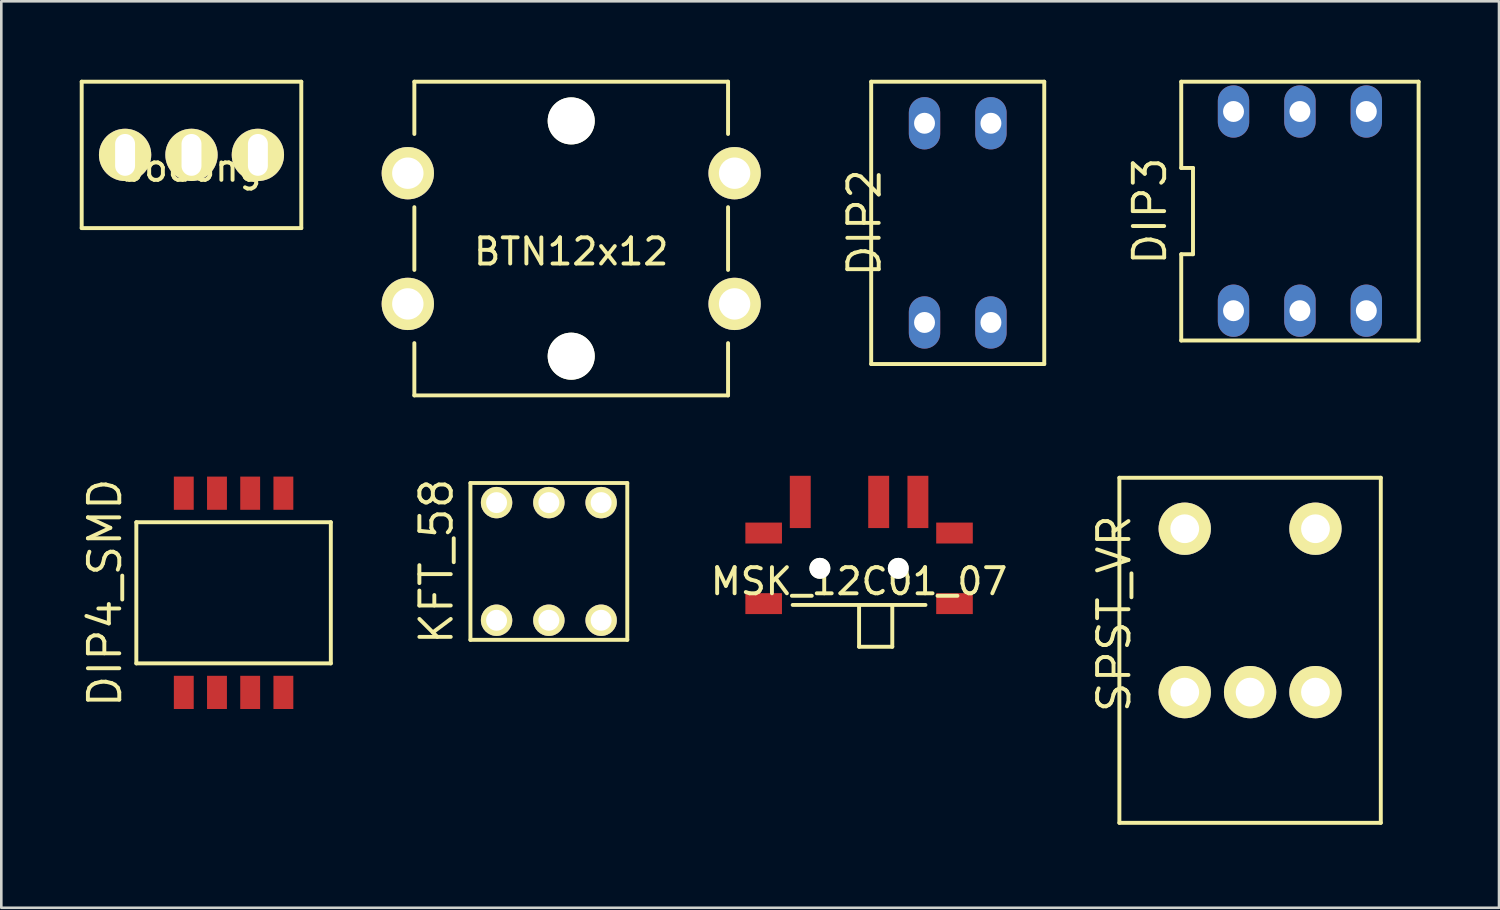
<source format=kicad_pcb>
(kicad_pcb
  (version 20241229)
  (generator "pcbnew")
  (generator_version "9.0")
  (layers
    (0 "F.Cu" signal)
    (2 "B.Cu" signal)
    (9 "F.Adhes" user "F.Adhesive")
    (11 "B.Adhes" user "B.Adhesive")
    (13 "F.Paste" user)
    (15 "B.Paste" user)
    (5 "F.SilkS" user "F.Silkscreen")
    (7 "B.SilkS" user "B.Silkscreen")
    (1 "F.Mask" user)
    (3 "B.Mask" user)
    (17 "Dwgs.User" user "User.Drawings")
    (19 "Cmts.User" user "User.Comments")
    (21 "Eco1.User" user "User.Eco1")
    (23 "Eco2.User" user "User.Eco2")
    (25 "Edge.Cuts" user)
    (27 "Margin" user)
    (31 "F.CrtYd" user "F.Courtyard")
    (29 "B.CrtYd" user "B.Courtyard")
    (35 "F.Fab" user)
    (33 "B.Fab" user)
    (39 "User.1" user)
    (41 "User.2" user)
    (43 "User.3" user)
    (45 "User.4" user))
  (footprint "DIP4_SMD"
    (layer "F.Cu")
    (at 5.885 19.626)
    (property "Reference" "DIP4_SMD" (at -4.92 0 90) (layer "F.SilkS") (effects (font (size 1.2 1.2) (thickness 0.15))))
    (attr through_hole)
    (fp_line (start -3.72 -2.7) (end -3.72 2.7) (stroke (width 0.15) (type solid)) (layer "F.SilkS"))
    (fp_line (start -3.72 2.7) (end 3.72 2.7) (stroke (width 0.15) (type solid)) (layer "F.SilkS"))
    (fp_line (start 3.72 -2.7) (end -3.72 -2.7) (stroke (width 0.15) (type solid)) (layer "F.SilkS"))
    (fp_line (start 3.72 2.7) (end 3.72 -2.7) (stroke (width 0.15) (type solid)) (layer "F.SilkS"))
    (pad "1" smd rect (at -1.905 3.81) (size 0.76 1.27) (layers "F.Cu" "F.Mask" "F.Paste"))
    (pad "2" smd rect (at -0.635 3.81) (size 0.76 1.27) (layers "F.Cu" "F.Mask" "F.Paste"))
    (pad "3" smd rect (at 0.635 3.81) (size 0.76 1.27) (layers "F.Cu" "F.Mask" "F.Paste"))
    (pad "4" smd rect (at 1.905 3.81) (size 0.76 1.27) (layers "F.Cu" "F.Mask" "F.Paste"))
    (pad "5" smd rect (at 1.905 -3.81) (size 0.76 1.27) (layers "F.Cu" "F.Mask" "F.Paste"))
    (pad "6" smd rect (at 0.635 -3.81) (size 0.76 1.27) (layers "F.Cu" "F.Mask" "F.Paste"))
    (pad "7" smd rect (at -0.635 -3.81) (size 0.76 1.27) (layers "F.Cu" "F.Mask" "F.Paste"))
    (pad "8" smd rect (at -1.905 -3.81) (size 0.76 1.27) (layers "F.Cu" "F.Mask" "F.Paste")))
  (footprint "DIP3"
    (layer "F.Cu")
    (at 46.675 5.025)
    (property "Reference" "DIP3" (at -5.74 0 90) (layer "F.SilkS") (effects (font (size 1.2 1.2) (thickness 0.15))))
    (attr through_hole)
    (fp_line (start -4.54 -4.95) (end -4.54 -1.65) (stroke (width 0.15) (type solid)) (layer "F.SilkS"))
    (fp_line (start -4.54 -1.65) (end -4.09 -1.65) (stroke (width 0.15) (type solid)) (layer "F.SilkS"))
    (fp_line (start -4.54 1.65) (end -4.54 4.95) (stroke (width 0.15) (type solid)) (layer "F.SilkS"))
    (fp_line (start -4.54 4.95) (end 4.54 4.95) (stroke (width 0.15) (type solid)) (layer "F.SilkS"))
    (fp_line (start -4.09 -1.65) (end -4.09 1.65) (stroke (width 0.15) (type solid)) (layer "F.SilkS"))
    (fp_line (start -4.09 1.65) (end -4.54 1.65) (stroke (width 0.15) (type solid)) (layer "F.SilkS"))
    (fp_line (start 4.54 -4.95) (end -4.54 -4.95) (stroke (width 0.15) (type solid)) (layer "F.SilkS"))
    (fp_line (start 4.54 4.95) (end 4.54 -4.95) (stroke (width 0.15) (type solid)) (layer "F.SilkS"))
    (pad "1" thru_hole oval (at -2.54 3.81) (size 1.2 2) (drill 0.8) (layers "*.Cu" "*.Mask"))
    (pad "2" thru_hole oval (at 0 3.81) (size 1.2 2) (drill 0.8) (layers "*.Cu" "*.Mask"))
    (pad "3" thru_hole oval (at 2.54 3.81) (size 1.2 2) (drill 0.8) (layers "*.Cu" "*.Mask"))
    (pad "4" thru_hole oval (at 2.54 -3.81) (size 1.2 2) (drill 0.8) (layers "*.Cu" "*.Mask"))
    (pad "5" thru_hole oval (at 0 -3.81) (size 1.2 2) (drill 0.8) (layers "*.Cu" "*.Mask"))
    (pad "6" thru_hole oval (at -2.54 -3.81) (size 1.2 2) (drill 0.8) (layers "*.Cu" "*.Mask")))
  (footprint "KFT_58"
    (layer "F.Cu")
    (at 17.945 18.426)
    (property "Reference" "KFT_58" (at -4.3 0 90) (layer "F.SilkS") (effects (font (size 1.2 1.2) (thickness 0.15))))
    (attr through_hole)
    (fp_line (start -3 -3) (end -3 3) (stroke (width 0.15) (type solid)) (layer "F.SilkS"))
    (fp_line (start -3 3) (end 3 3) (stroke (width 0.15) (type solid)) (layer "F.SilkS"))
    (fp_line (start 3 -3) (end -3 -3) (stroke (width 0.15) (type solid)) (layer "F.SilkS"))
    (fp_line (start 3 3) (end 3 -3) (stroke (width 0.15) (type solid)) (layer "F.SilkS"))
    (pad "1" thru_hole oval (at -2 2.25) (size 1.2 1.2) (drill 0.8) (layers "*.Cu" "*.Mask" "F.SilkS"))
    (pad "2" thru_hole oval (at 0 2.25) (size 1.2 1.2) (drill 0.8) (layers "*.Cu" "*.Mask" "F.SilkS"))
    (pad "3" thru_hole oval (at 2 2.25) (size 1.2 1.2) (drill 0.8) (layers "*.Cu" "*.Mask" "F.SilkS"))
    (pad "4" thru_hole oval (at 2 -2.25) (size 1.2 1.2) (drill 0.8) (layers "*.Cu" "*.Mask" "F.SilkS"))
    (pad "5" thru_hole oval (at 0 -2.25) (size 1.2 1.2) (drill 0.8) (layers "*.Cu" "*.Mask" "F.SilkS"))
    (pad "6" thru_hole oval (at -2 -2.25) (size 1.2 1.2) (drill 0.8) (layers "*.Cu" "*.Mask" "F.SilkS")))
  (footprint "bodong"
    (layer "F.Cu")
    (at 4.275 2.875)
    (property "Reference" "bodong" (at 0 0.5 0) (layer "F.SilkS") (effects (font (size 1 1) (thickness 0.15))))
    (attr through_hole)
    (fp_line (start -4.2 -2.8) (end 4.2 -2.8) (stroke (width 0.15) (type solid)) (layer "F.SilkS"))
    (fp_line (start -4.2 2.8) (end -4.2 -2.8) (stroke (width 0.15) (type solid)) (layer "F.SilkS"))
    (fp_line (start 4.2 -2.8) (end 4.2 2.8) (stroke (width 0.15) (type solid)) (layer "F.SilkS"))
    (fp_line (start 4.2 2.8) (end -4.2 2.8) (stroke (width 0.15) (type solid)) (layer "F.SilkS"))
    (pad "1" thru_hole circle (at -2.54 0) (size 2 2) (drill oval 0.762 1.6) (layers "*.Cu" "*.Mask" "F.SilkS"))
    (pad "2" thru_hole circle (at 0 0) (size 2 2) (drill oval 0.762 1.6) (layers "*.Cu" "*.Mask" "F.SilkS"))
    (pad "3" thru_hole circle (at 2.54 0) (size 2 2) (drill oval 0.762 1.6) (layers "*.Cu" "*.Mask" "F.SilkS")))
  (footprint "BTN12x12"
    (layer "F.Cu")
    (at 18.8 6.075)
    (property "Reference" "BTN12x12" (at 0 0.5 0) (layer "F.SilkS") (effects (font (size 1 1) (thickness 0.15))))
    (attr through_hole)
    (fp_line (start -6 -6) (end -6 -4) (stroke (width 0.15) (type solid)) (layer "F.SilkS"))
    (fp_line (start -6 -6) (end 6 -6) (stroke (width 0.15) (type solid)) (layer "F.SilkS"))
    (fp_line (start -6 1.2) (end -6 -1.2) (stroke (width 0.15) (type solid)) (layer "F.SilkS"))
    (fp_line (start -6 6) (end -6 4) (stroke (width 0.15) (type solid)) (layer "F.SilkS"))
    (fp_line (start 6 -6) (end 6 -4) (stroke (width 0.15) (type solid)) (layer "F.SilkS"))
    (fp_line (start 6 -1.2) (end 6 1.2) (stroke (width 0.15) (type solid)) (layer "F.SilkS"))
    (fp_line (start 6 6) (end -6 6) (stroke (width 0.15) (type solid)) (layer "F.SilkS"))
    (fp_line (start 6 6) (end 6 4) (stroke (width 0.15) (type solid)) (layer "F.SilkS"))
    (pad "" np_thru_hole circle (at 0 -4.5) (size 1.8 1.8) (drill 1.8) (layers "*.Cu" "*.Mask" "F.SilkS"))
    (pad "" np_thru_hole circle (at 0 4.5) (size 1.8 1.8) (drill 1.8) (layers "*.Cu" "*.Mask" "F.SilkS"))
    (pad "1" thru_hole circle (at -6.25 2.5) (size 2 2) (drill 1.2) (layers "*.Cu" "*.Mask" "F.SilkS"))
    (pad "2" thru_hole circle (at 6.25 2.5) (size 2 2) (drill 1.2) (layers "*.Cu" "*.Mask" "F.SilkS"))
    (pad "3" thru_hole circle (at 6.25 -2.5) (size 2 2) (drill 1.2) (layers "*.Cu" "*.Mask" "F.SilkS"))
    (pad "4" thru_hole circle (at -6.25 -2.5) (size 2 2) (drill 1.2) (layers "*.Cu" "*.Mask" "F.SilkS")))
  (footprint "DIP2"
    (layer "F.Cu")
    (at 33.585 5.475)
    (property "Reference" "DIP2" (at -3.57 0 90) (layer "F.SilkS") (effects (font (size 1.2 1.2) (thickness 0.15))))
    (attr through_hole)
    (fp_line (start -3.31 -5.4) (end -3.31 5.4) (stroke (width 0.15) (type solid)) (layer "F.SilkS"))
    (fp_line (start -3.31 5.4) (end 3.31 5.4) (stroke (width 0.15) (type solid)) (layer "F.SilkS"))
    (fp_line (start 3.31 -5.4) (end -3.31 -5.4) (stroke (width 0.15) (type solid)) (layer "F.SilkS"))
    (fp_line (start 3.31 5.4) (end 3.31 -5.4) (stroke (width 0.15) (type solid)) (layer "F.SilkS"))
    (pad "1" thru_hole oval (at -1.27 3.81) (size 1.2 2) (drill 0.8) (layers "*.Cu" "*.Mask"))
    (pad "2" thru_hole oval (at 1.27 3.81) (size 1.2 2) (drill 0.8) (layers "*.Cu" "*.Mask"))
    (pad "3" thru_hole oval (at 1.27 -3.81) (size 1.2 2) (drill 0.8) (layers "*.Cu" "*.Mask"))
    (pad "4" thru_hole oval (at -1.27 -3.81) (size 1.2 2) (drill 0.8) (layers "*.Cu" "*.Mask")))
  (footprint "SPST_VR"
    (layer "F.Cu")
    (at 44.769 28.425)
    (property "Reference" "SPST_VR" (at -5.2 -8 90) (layer "F.SilkS") (effects (font (size 1.2 1.2) (thickness 0.15))))
    (attr through_hole)
    (fp_line (start -5 -13.2) (end -5 0) (stroke (width 0.15) (type solid)) (layer "F.SilkS"))
    (fp_line (start -5 0) (end 5 0) (stroke (width 0.15) (type solid)) (layer "F.SilkS"))
    (fp_line (start 5 -13.2) (end -5 -13.2) (stroke (width 0.15) (type solid)) (layer "F.SilkS"))
    (fp_line (start 5 0) (end 5 -13.2) (stroke (width 0.15) (type solid)) (layer "F.SilkS"))
    (pad "1" thru_hole circle (at -2.5 -5) (size 2 2) (drill 1.1) (layers "*.Cu" "*.Mask" "F.SilkS"))
    (pad "2" thru_hole circle (at 0 -5) (size 2 2) (drill 1.1) (layers "*.Cu" "*.Mask" "F.SilkS"))
    (pad "3" thru_hole circle (at 2.5 -5) (size 2 2) (drill 1.1) (layers "*.Cu" "*.Mask" "F.SilkS"))
    (pad "4" thru_hole circle (at 2.5 -11.25) (size 2 2) (drill 1.1) (layers "*.Cu" "*.Mask" "F.SilkS"))
    (pad "5" thru_hole circle (at -2.5 -11.25) (size 2 2) (drill 1.1) (layers "*.Cu" "*.Mask" "F.SilkS")))
  (footprint "MSK_12C01_07"
    (layer "F.Cu")
    (at 29.812 18.69)
    (property "Reference" "MSK_12C01_07" (at 0 0.5 0) (layer "F.SilkS") (effects (font (size 1 1) (thickness 0.15))))
    (attr through_hole)
    (fp_line (start -2.54 1.4) (end 2.54 1.4) (stroke (width 0.15) (type solid)) (layer "F.SilkS"))
    (fp_line (start 0 1.4) (end 0 3) (stroke (width 0.15) (type solid)) (layer "F.SilkS"))
    (fp_line (start 0 3) (end 1.27 3) (stroke (width 0.15) (type solid)) (layer "F.SilkS"))
    (fp_line (start 1.27 3) (end 1.27 1.4) (stroke (width 0.15) (type solid)) (layer "F.SilkS"))
    (pad "" np_thru_hole circle (at -1.5 0) (size 0.8 0.8) (drill 0.8) (layers "*.Cu" "*.Mask" "F.SilkS"))
    (pad "" np_thru_hole circle (at 1.5 0) (size 0.8 0.8) (drill 0.8) (layers "*.Cu" "*.Mask" "F.SilkS"))
    (pad "1" smd rect (at -2.25 -2.54) (size 0.8 2) (layers "F.Cu" "F.Mask" "F.Paste"))
    (pad "2" smd rect (at 0.75 -2.54) (size 0.8 2) (layers "F.Cu" "F.Mask" "F.Paste"))
    (pad "3" smd rect (at 2.25 -2.54) (size 0.8 2) (layers "F.Cu" "F.Mask" "F.Paste"))
    (pad "4" smd rect (at -3.65 -1.35) (size 1.4 0.8) (layers "F.Cu" "F.Mask" "F.Paste"))
    (pad "5" smd rect (at 3.65 -1.35) (size 1.4 0.8) (layers "F.Cu" "F.Mask" "F.Paste"))
    (pad "6" smd rect (at -3.65 1.35) (size 1.4 0.8) (layers "F.Cu" "F.Mask" "F.Paste"))
    (pad "7" smd rect (at 3.65 1.35) (size 1.4 0.8) (layers "F.Cu" "F.Mask" "F.Paste")))
  (gr_rect
    (start -3 -3)
    (end 54.291 31.675)
    (stroke (width 0.1) (type default))
    (fill no)
    (layer "Edge.Cuts")))
</source>
